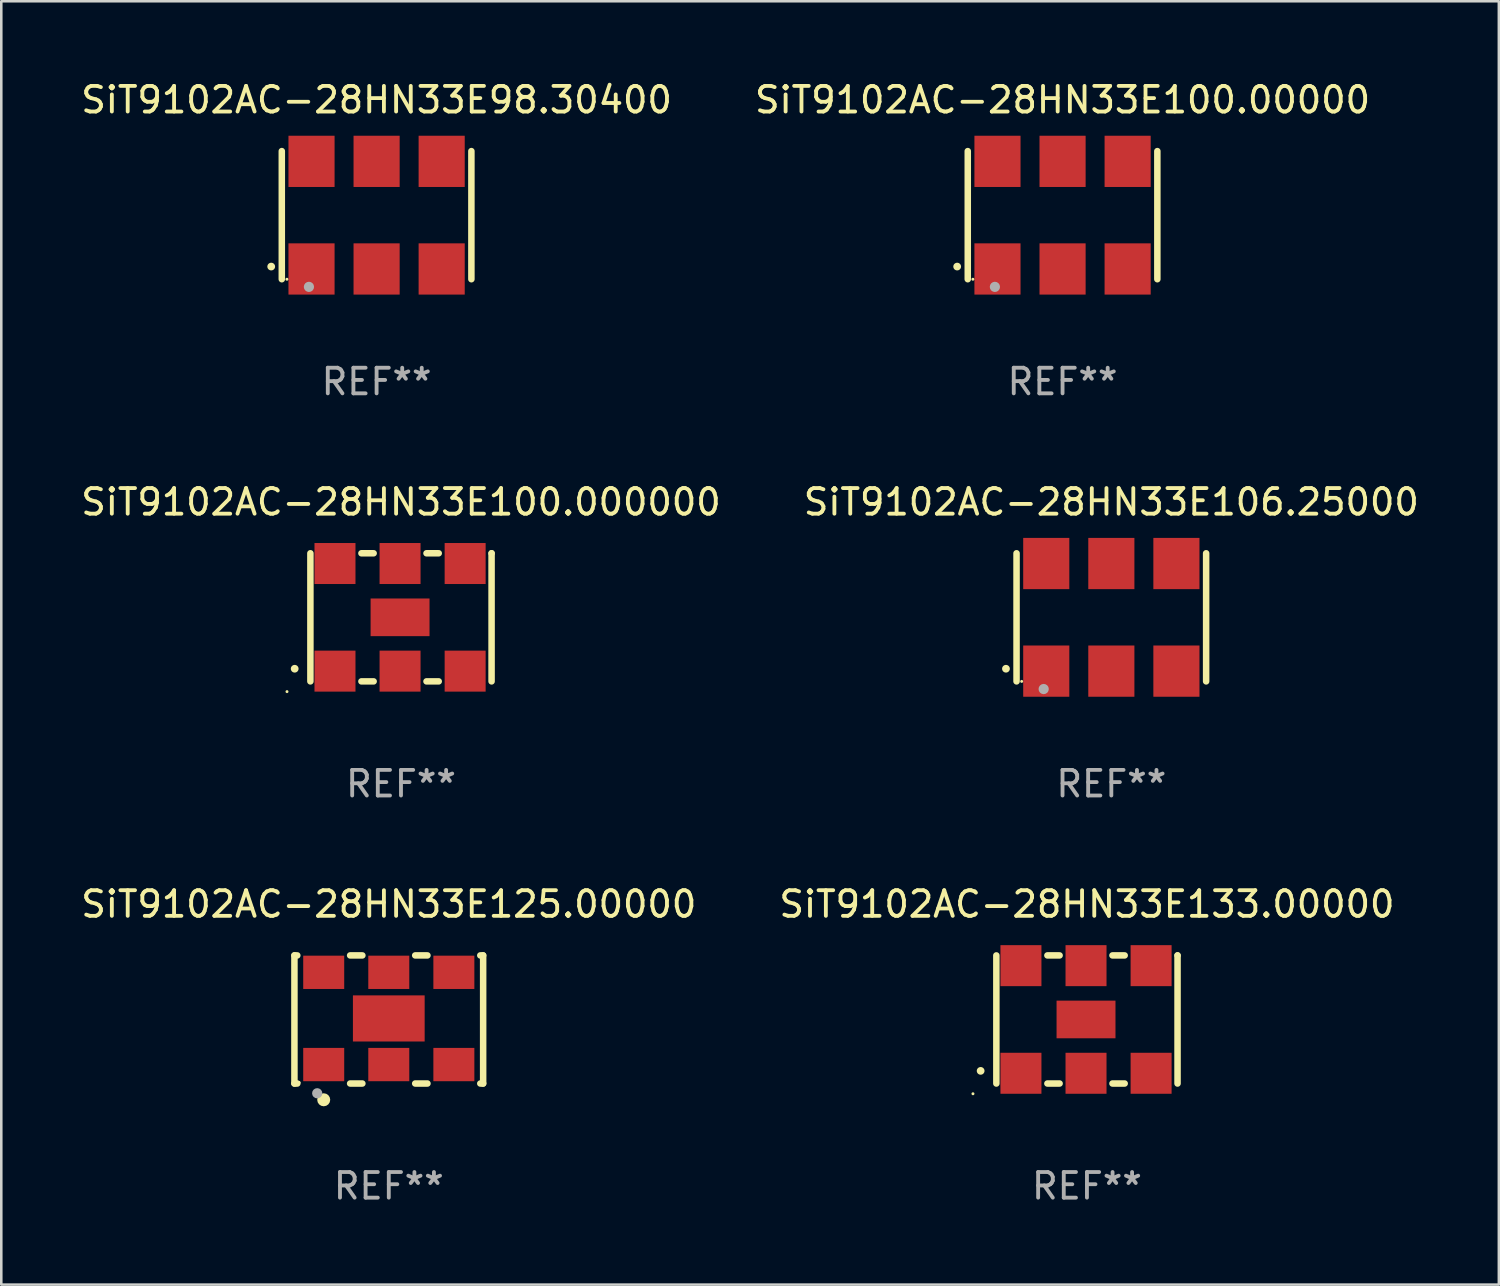
<source format=kicad_pcb>
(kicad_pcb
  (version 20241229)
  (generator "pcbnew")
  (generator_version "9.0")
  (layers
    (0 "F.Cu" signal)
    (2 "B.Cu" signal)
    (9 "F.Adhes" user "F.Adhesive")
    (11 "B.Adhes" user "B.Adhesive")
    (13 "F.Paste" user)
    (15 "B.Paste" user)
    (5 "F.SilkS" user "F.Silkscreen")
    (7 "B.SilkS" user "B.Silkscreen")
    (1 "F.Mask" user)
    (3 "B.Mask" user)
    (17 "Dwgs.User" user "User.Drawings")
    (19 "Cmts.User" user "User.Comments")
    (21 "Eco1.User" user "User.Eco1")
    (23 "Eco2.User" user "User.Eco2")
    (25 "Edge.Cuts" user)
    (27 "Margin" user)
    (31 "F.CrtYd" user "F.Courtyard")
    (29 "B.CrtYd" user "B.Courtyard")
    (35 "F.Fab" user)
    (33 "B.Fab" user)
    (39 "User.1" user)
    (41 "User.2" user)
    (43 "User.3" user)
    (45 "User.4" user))
  (footprint "SiT9102AC-28HN33E125.00000"
    (layer "F.Cu")
    (at 12.125 36.741)
    (property "Reference" "SiT9102AC-28HN33E125.00000" (at 0 -4.5 0) (layer "F.SilkS") (effects (font (size 1 1) (thickness 0.15))))
    (attr through_hole)
    (fp_line (start -3.683 -2.5) (end -3.571 -2.5) (stroke (width 0.254) (type solid)) (layer "F.SilkS"))
    (fp_line (start -3.683 2.5) (end -3.683 -2.5) (stroke (width 0.254) (type solid)) (layer "F.SilkS"))
    (fp_line (start -3.683 2.5) (end -3.571 2.5) (stroke (width 0.254) (type solid)) (layer "F.SilkS"))
    (fp_line (start -1.509 -2.5) (end -1.031 -2.5) (stroke (width 0.254) (type solid)) (layer "F.SilkS"))
    (fp_line (start -1.509 2.5) (end -1.031 2.5) (stroke (width 0.254) (type solid)) (layer "F.SilkS"))
    (fp_line (start 1.031 -2.5) (end 1.509 -2.5) (stroke (width 0.254) (type solid)) (layer "F.SilkS"))
    (fp_line (start 1.031 2.5) (end 1.509 2.5) (stroke (width 0.254) (type solid)) (layer "F.SilkS"))
    (fp_line (start 3.571 -2.5) (end 3.683 -2.5) (stroke (width 0.254) (type solid)) (layer "F.SilkS"))
    (fp_line (start 3.571 2.5) (end 3.683 2.5) (stroke (width 0.254) (type solid)) (layer "F.SilkS"))
    (fp_line (start 3.683 2.5) (end 3.683 -2.5) (stroke (width 0.254) (type solid)) (layer "F.SilkS"))
    (fp_circle (center -3.5 2.46) (end -3.47 2.46) (stroke (width 0.06) (type solid)) (fill no) (layer "F.SilkS"))
    (fp_circle (center -2.54 3.135) (end -2.413 3.135) (stroke (width 0.254) (type solid)) (fill no) (layer "F.SilkS"))
    (fp_circle (center -2.794 2.881) (end -2.694 2.881) (stroke (width 0.2) (type solid)) (fill no) (layer "F.Fab"))
    (fp_text user "REF**" (at 0 6.5 0) (layer "F.Fab") (effects (font (size 1 1) (thickness 0.15))))
    (pad "1" smd rect (at -2.54 1.76) (size 1.6 1.3) (layers "F.Cu" "F.Mask" "F.Paste"))
    (pad "2" smd rect (at 0 1.76) (size 1.6 1.3) (layers "F.Cu" "F.Mask" "F.Paste"))
    (pad "3" smd rect (at 2.54 1.76) (size 1.6 1.3) (layers "F.Cu" "F.Mask" "F.Paste"))
    (pad "4" smd rect (at 2.54 -1.84) (size 1.6 1.3) (layers "F.Cu" "F.Mask" "F.Paste"))
    (pad "5" smd rect (at 0 -1.84) (size 1.6 1.3) (layers "F.Cu" "F.Mask" "F.Paste"))
    (pad "6" smd rect (at -2.54 -1.84) (size 1.6 1.3) (layers "F.Cu" "F.Mask" "F.Paste"))
    (pad "7" smd rect (at 0 -0.04) (size 2.8 1.8) (layers "F.Cu" "F.Mask" "F.Paste")))
  (footprint "SiT9102AC-28HN33E100.000000"
    (layer "F.Cu")
    (at 12.601 21.045)
    (property "Reference" "SiT9102AC-28HN33E100.000000" (at 0 -4.5 0) (layer "F.SilkS") (effects (font (size 1 1) (thickness 0.15))))
    (attr through_hole)
    (fp_line (start -3.536 -2.5) (end -3.536 2.5) (stroke (width 0.254) (type solid)) (layer "F.SilkS"))
    (fp_line (start -1.544 2.5) (end -1.067 2.5) (stroke (width 0.254) (type solid)) (layer "F.SilkS"))
    (fp_line (start -1.067 -2.5) (end -1.544 -2.5) (stroke (width 0.254) (type solid)) (layer "F.SilkS"))
    (fp_line (start 0.996 2.5) (end 1.473 2.5) (stroke (width 0.254) (type solid)) (layer "F.SilkS"))
    (fp_line (start 1.473 -2.5) (end 0.996 -2.5) (stroke (width 0.254) (type solid)) (layer "F.SilkS"))
    (fp_line (start 3.536 -2.5) (end 3.536 -2.5) (stroke (width 0.254) (type solid)) (layer "F.SilkS"))
    (fp_line (start 3.536 2.5) (end 3.536 -2.5) (stroke (width 0.254) (type solid)) (layer "F.SilkS"))
    (fp_arc (start -4.150432 2.006604) (mid -4.149162 2.006599) (end -4.147892 2.006604) (stroke (width 0.3) (type solid)) (layer "F.SilkS"))
    (fp_circle (center -4.449 2.9) (end -4.419 2.9) (stroke (width 0.06) (type solid)) (fill no) (layer "F.SilkS"))
    (fp_text user "REF**" (at 0 6.5 0) (layer "F.Fab") (effects (font (size 1 1) (thickness 0.15))))
    (pad "1" smd rect (at -2.576 2.1) (size 1.6 1.6) (layers "F.Cu" "F.Mask" "F.Paste"))
    (pad "2" smd rect (at -0.036 2.1) (size 1.6 1.6) (layers "F.Cu" "F.Mask" "F.Paste"))
    (pad "3" smd rect (at 2.504 2.1) (size 1.6 1.6) (layers "F.Cu" "F.Mask" "F.Paste"))
    (pad "4" smd rect (at 2.504 -2.1) (size 1.6 1.6) (layers "F.Cu" "F.Mask" "F.Paste"))
    (pad "5" smd rect (at -0.036 -2.1) (size 1.6 1.6) (layers "F.Cu" "F.Mask" "F.Paste"))
    (pad "6" smd rect (at -2.576 -2.1) (size 1.6 1.6) (layers "F.Cu" "F.Mask" "F.Paste"))
    (pad "7" smd rect (at -0.036 0) (size 2.3 1.47) (layers "F.Cu" "F.Mask" "F.Paste")))
  (footprint "SiT9102AC-28HN33E133.00000"
    (layer "F.Cu")
    (at 39.375 36.741)
    (property "Reference" "SiT9102AC-28HN33E133.00000" (at 0 -4.5 0) (layer "F.SilkS") (effects (font (size 1 1) (thickness 0.15))))
    (attr through_hole)
    (fp_line (start -3.536 -2.5) (end -3.536 2.5) (stroke (width 0.254) (type solid)) (layer "F.SilkS"))
    (fp_line (start -1.544 2.5) (end -1.067 2.5) (stroke (width 0.254) (type solid)) (layer "F.SilkS"))
    (fp_line (start -1.067 -2.5) (end -1.544 -2.5) (stroke (width 0.254) (type solid)) (layer "F.SilkS"))
    (fp_line (start 0.996 2.5) (end 1.473 2.5) (stroke (width 0.254) (type solid)) (layer "F.SilkS"))
    (fp_line (start 1.473 -2.5) (end 0.996 -2.5) (stroke (width 0.254) (type solid)) (layer "F.SilkS"))
    (fp_line (start 3.536 -2.5) (end 3.536 -2.5) (stroke (width 0.254) (type solid)) (layer "F.SilkS"))
    (fp_line (start 3.536 2.5) (end 3.536 -2.5) (stroke (width 0.254) (type solid)) (layer "F.SilkS"))
    (fp_arc (start -4.150432 2.006604) (mid -4.149162 2.006599) (end -4.147892 2.006604) (stroke (width 0.3) (type solid)) (layer "F.SilkS"))
    (fp_circle (center -4.449 2.9) (end -4.419 2.9) (stroke (width 0.06) (type solid)) (fill no) (layer "F.SilkS"))
    (fp_text user "REF**" (at 0 6.5 0) (layer "F.Fab") (effects (font (size 1 1) (thickness 0.15))))
    (pad "1" smd rect (at -2.576 2.1) (size 1.6 1.6) (layers "F.Cu" "F.Mask" "F.Paste"))
    (pad "2" smd rect (at -0.036 2.1) (size 1.6 1.6) (layers "F.Cu" "F.Mask" "F.Paste"))
    (pad "3" smd rect (at 2.504 2.1) (size 1.6 1.6) (layers "F.Cu" "F.Mask" "F.Paste"))
    (pad "4" smd rect (at 2.504 -2.1) (size 1.6 1.6) (layers "F.Cu" "F.Mask" "F.Paste"))
    (pad "5" smd rect (at -0.036 -2.1) (size 1.6 1.6) (layers "F.Cu" "F.Mask" "F.Paste"))
    (pad "6" smd rect (at -2.576 -2.1) (size 1.6 1.6) (layers "F.Cu" "F.Mask" "F.Paste"))
    (pad "7" smd rect (at -0.036 0) (size 2.3 1.47) (layers "F.Cu" "F.Mask" "F.Paste")))
  (footprint "SiT9102AC-28HN33E98.30400"
    (layer "F.Cu")
    (at 11.649 5.348)
    (property "Reference" "SiT9102AC-28HN33E98.30400" (at 0 -4.5 0) (layer "F.SilkS") (effects (font (size 1 1) (thickness 0.15))))
    (attr through_hole)
    (fp_line (start -3.7 -2.5) (end -3.7 2.5) (stroke (width 0.254) (type solid)) (layer "F.SilkS"))
    (fp_line (start 3.7 -2.5) (end 3.7 2.5) (stroke (width 0.254) (type solid)) (layer "F.SilkS"))
    (fp_arc (start -4.114415 2.006604) (mid -4.113145 2.006599) (end -4.111875 2.006604) (stroke (width 0.3) (type solid)) (layer "F.SilkS"))
    (fp_circle (center -3.5 2.501) (end -3.47 2.501) (stroke (width 0.06) (type solid)) (fill no) (layer "F.SilkS"))
    (fp_circle (center -2.641 2.799) (end -2.541 2.799) (stroke (width 0.2) (type solid)) (fill no) (layer "F.Fab"))
    (fp_text user "REF**" (at 0 6.5 0) (layer "F.Fab") (effects (font (size 1 1) (thickness 0.15))))
    (pad "1" smd rect (at -2.54 2.1) (size 1.8 2) (layers "F.Cu" "F.Mask" "F.Paste"))
    (pad "2" smd rect (at 0.000394 2.1) (size 1.8 2) (layers "F.Cu" "F.Mask" "F.Paste"))
    (pad "3" smd rect (at 2.54 2.1) (size 1.8 2) (layers "F.Cu" "F.Mask" "F.Paste"))
    (pad "4" smd rect (at 2.54 -2.1) (size 1.8 2) (layers "F.Cu" "F.Mask" "F.Paste"))
    (pad "5" smd rect (at 0.000394 -2.1) (size 1.8 2) (layers "F.Cu" "F.Mask" "F.Paste"))
    (pad "6" smd rect (at -2.54 -2.1) (size 1.8 2) (layers "F.Cu" "F.Mask" "F.Paste")))
  (footprint "SiT9102AC-28HN33E100.00000"
    (layer "F.Cu")
    (at 38.423 5.348)
    (property "Reference" "SiT9102AC-28HN33E100.00000" (at 0 -4.5 0) (layer "F.SilkS") (effects (font (size 1 1) (thickness 0.15))))
    (attr through_hole)
    (fp_line (start -3.7 -2.5) (end -3.7 2.5) (stroke (width 0.254) (type solid)) (layer "F.SilkS"))
    (fp_line (start 3.7 -2.5) (end 3.7 2.5) (stroke (width 0.254) (type solid)) (layer "F.SilkS"))
    (fp_arc (start -4.114415 2.006604) (mid -4.113145 2.006599) (end -4.111875 2.006604) (stroke (width 0.3) (type solid)) (layer "F.SilkS"))
    (fp_circle (center -3.5 2.501) (end -3.47 2.501) (stroke (width 0.06) (type solid)) (fill no) (layer "F.SilkS"))
    (fp_circle (center -2.641 2.799) (end -2.541 2.799) (stroke (width 0.2) (type solid)) (fill no) (layer "F.Fab"))
    (fp_text user "REF**" (at 0 6.5 0) (layer "F.Fab") (effects (font (size 1 1) (thickness 0.15))))
    (pad "1" smd rect (at -2.54 2.1) (size 1.8 2) (layers "F.Cu" "F.Mask" "F.Paste"))
    (pad "2" smd rect (at 0.000394 2.1) (size 1.8 2) (layers "F.Cu" "F.Mask" "F.Paste"))
    (pad "3" smd rect (at 2.54 2.1) (size 1.8 2) (layers "F.Cu" "F.Mask" "F.Paste"))
    (pad "4" smd rect (at 2.54 -2.1) (size 1.8 2) (layers "F.Cu" "F.Mask" "F.Paste"))
    (pad "5" smd rect (at 0.000394 -2.1) (size 1.8 2) (layers "F.Cu" "F.Mask" "F.Paste"))
    (pad "6" smd rect (at -2.54 -2.1) (size 1.8 2) (layers "F.Cu" "F.Mask" "F.Paste")))
  (footprint "SiT9102AC-28HN33E106.25000"
    (layer "F.Cu")
    (at 40.327 21.045)
    (property "Reference" "SiT9102AC-28HN33E106.25000" (at 0 -4.5 0) (layer "F.SilkS") (effects (font (size 1 1) (thickness 0.15))))
    (attr through_hole)
    (fp_line (start -3.7 -2.5) (end -3.7 2.5) (stroke (width 0.254) (type solid)) (layer "F.SilkS"))
    (fp_line (start 3.7 -2.5) (end 3.7 2.5) (stroke (width 0.254) (type solid)) (layer "F.SilkS"))
    (fp_arc (start -4.114415 2.006604) (mid -4.113145 2.006599) (end -4.111875 2.006604) (stroke (width 0.3) (type solid)) (layer "F.SilkS"))
    (fp_circle (center -3.5 2.501) (end -3.47 2.501) (stroke (width 0.06) (type solid)) (fill no) (layer "F.SilkS"))
    (fp_circle (center -2.641 2.799) (end -2.541 2.799) (stroke (width 0.2) (type solid)) (fill no) (layer "F.Fab"))
    (fp_text user "REF**" (at 0 6.5 0) (layer "F.Fab") (effects (font (size 1 1) (thickness 0.15))))
    (pad "1" smd rect (at -2.54 2.1) (size 1.8 2) (layers "F.Cu" "F.Mask" "F.Paste"))
    (pad "2" smd rect (at 0.000394 2.1) (size 1.8 2) (layers "F.Cu" "F.Mask" "F.Paste"))
    (pad "3" smd rect (at 2.54 2.1) (size 1.8 2) (layers "F.Cu" "F.Mask" "F.Paste"))
    (pad "4" smd rect (at 2.54 -2.1) (size 1.8 2) (layers "F.Cu" "F.Mask" "F.Paste"))
    (pad "5" smd rect (at 0.000394 -2.1) (size 1.8 2) (layers "F.Cu" "F.Mask" "F.Paste"))
    (pad "6" smd rect (at -2.54 -2.1) (size 1.8 2) (layers "F.Cu" "F.Mask" "F.Paste")))
  (gr_rect
    (start -3 -3)
    (end 55.452 47.09)
    (stroke (width 0.1) (type default))
    (fill no)
    (layer "Edge.Cuts")))
</source>
